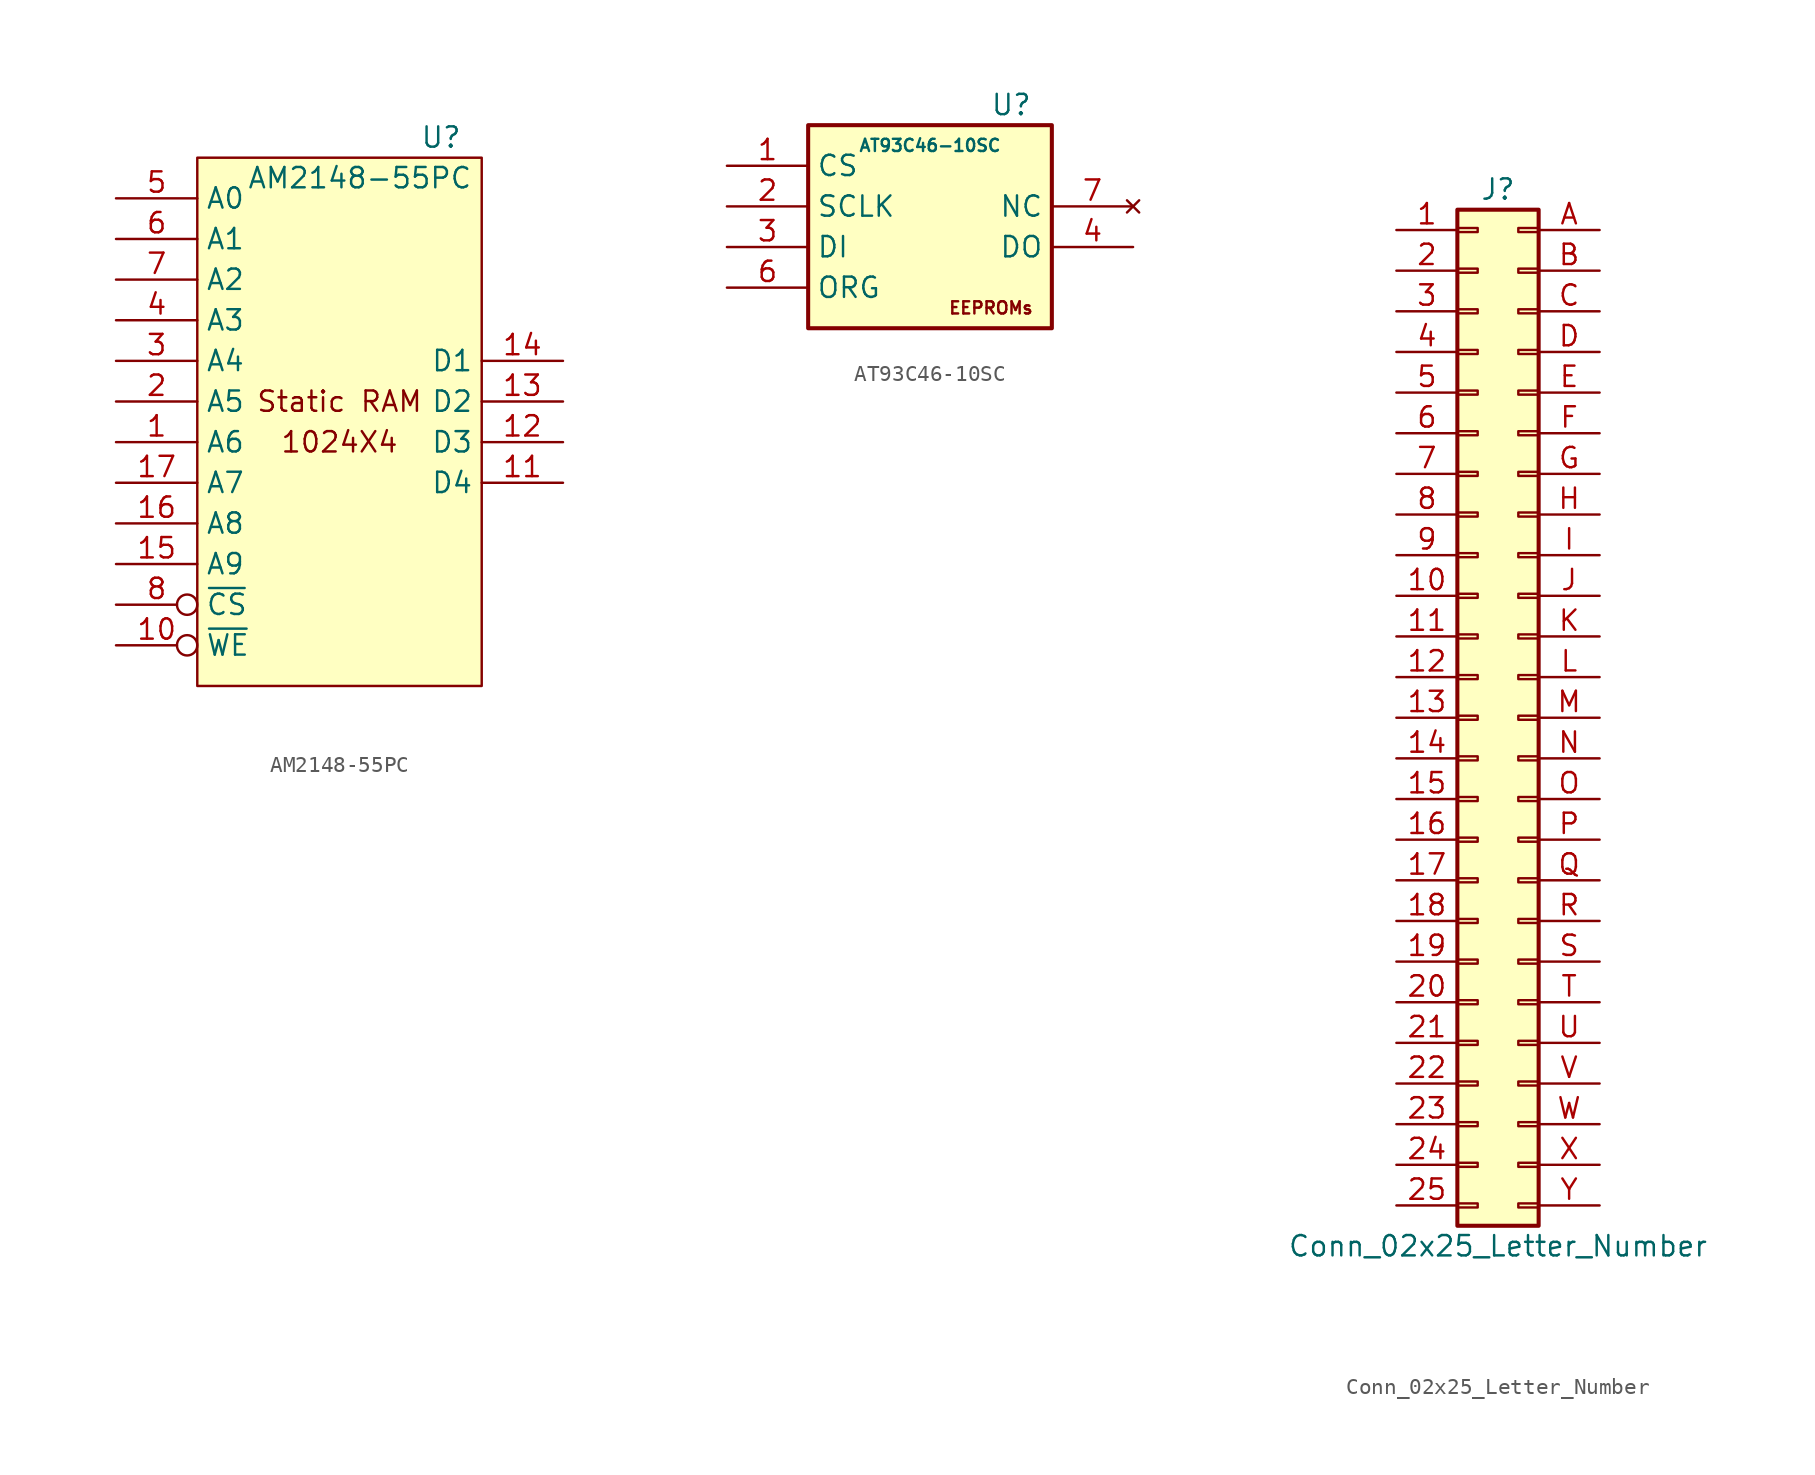
<source format=kicad_sym>
(kicad_symbol_lib
  (version 20231120)
  (generator "kicad_symbol_editor")
  (generator_version "8.0")
  (symbol "AM2148-55PC"
    (property "Reference" "U"
      (at 6.35 17.78 0)
      (effects (font (size 1.27 1.27))))
    (property "Value" "AM2148-55PC"
      (at 1.27 15.24 0)
      (effects (font (size 1.27 1.27))))
    (symbol "AM2148-55PC_0_0"
      (text "1024X4" (at 0 -1.27 0) (effects (font (size 1.27 1.27))))
      (text "Static RAM" (at 0 1.27 0) (effects (font (size 1.27 1.27)))))
    (symbol "AM2148-55PC_0_1"
      (rectangle (start -8.89 16.51) (end 8.89 -16.51) (stroke (width 0.152) (type default)) (fill (type background))))
    (symbol "AM2148-55PC_1_1"
      (pin input line (at -13.97 -1.27 0) (length 5.08) (name "A6" (effects (font (size 1.27 1.27)))) (number "1" (effects (font (size 1.27 1.27)))))
      (pin input inverted (at -13.97 -13.97 0) (length 5.08) (name "~{WE}" (effects (font (size 1.27 1.27)))) (number "10" (effects (font (size 1.27 1.27)))))
      (pin bidirectional line (at 13.97 -3.81 180) (length 5.08) (name "D4" (effects (font (size 1.27 1.27)))) (number "11" (effects (font (size 1.27 1.27)))))
      (pin bidirectional line (at 13.97 -1.27 180) (length 5.08) (name "D3" (effects (font (size 1.27 1.27)))) (number "12" (effects (font (size 1.27 1.27)))))
      (pin bidirectional line (at 13.97 1.27 180) (length 5.08) (name "D2" (effects (font (size 1.27 1.27)))) (number "13" (effects (font (size 1.27 1.27)))))
      (pin bidirectional line (at 13.97 3.81 180) (length 5.08) (name "D1" (effects (font (size 1.27 1.27)))) (number "14" (effects (font (size 1.27 1.27)))))
      (pin input line (at -13.97 -8.89 0) (length 5.08) (name "A9" (effects (font (size 1.27 1.27)))) (number "15" (effects (font (size 1.27 1.27)))))
      (pin input line (at -13.97 -6.35 0) (length 5.08) (name "A8" (effects (font (size 1.27 1.27)))) (number "16" (effects (font (size 1.27 1.27)))))
      (pin input line (at -13.97 -3.81 0) (length 5.08) (name "A7" (effects (font (size 1.27 1.27)))) (number "17" (effects (font (size 1.27 1.27)))))
      (pin power_in line (at 0 16.51 270) (length 5.08) hide (name "VCC" (effects (font (size 1.27 1.27)))) (number "18" (effects (font (size 1.27 1.27)))))
      (pin input line (at -13.97 1.27 0) (length 5.08) (name "A5" (effects (font (size 1.27 1.27)))) (number "2" (effects (font (size 1.27 1.27)))))
      (pin input line (at -13.97 3.81 0) (length 5.08) (name "A4" (effects (font (size 1.27 1.27)))) (number "3" (effects (font (size 1.27 1.27)))))
      (pin input line (at -13.97 6.35 0) (length 5.08) (name "A3" (effects (font (size 1.27 1.27)))) (number "4" (effects (font (size 1.27 1.27)))))
      (pin input line (at -13.97 13.97 0) (length 5.08) (name "A0" (effects (font (size 1.27 1.27)))) (number "5" (effects (font (size 1.27 1.27)))))
      (pin input line (at -13.97 11.43 0) (length 5.08) (name "A1" (effects (font (size 1.27 1.27)))) (number "6" (effects (font (size 1.27 1.27)))))
      (pin input line (at -13.97 8.89 0) (length 5.08) (name "A2" (effects (font (size 1.27 1.27)))) (number "7" (effects (font (size 1.27 1.27)))))
      (pin input inverted (at -13.97 -11.43 0) (length 5.08) (name "~{CS}" (effects (font (size 1.27 1.27)))) (number "8" (effects (font (size 1.27 1.27)))))
      (pin power_in line (at 0 -16.51 90) (length 5.08) hide (name "VSS" (effects (font (size 1.27 1.27)))) (number "9" (effects (font (size 1.27 1.27)))))))
  (symbol "AT93C46-10SC"
    (property "Reference" "U"
      (at 5.08 7.62 0)
      (effects (font (size 1.27 1.27))))
    (property "Value" "AT93C46-10SC"
      (at 0 5.08 0)
      (effects (font (size 0.762 0.762))))
    (symbol "AT93C46-10SC_0_0"
      (text "EEPROMs" (at 3.81 -5.08 0) (effects (font (size 0.762 0.762)))))
    (symbol "AT93C46-10SC_1_1"
      (rectangle (start -7.62 6.35) (end 7.62 -6.35) (stroke (width 0.254) (type default)) (fill (type background)))
      (pin input line (at -12.7 3.81 0) (length 5.08) (name "CS" (effects (font (size 1.27 1.27)))) (number "1" (effects (font (size 1.27 1.27)))))
      (pin input line (at -12.7 1.27 0) (length 5.08) (name "SCLK" (effects (font (size 1.27 1.27)))) (number "2" (effects (font (size 1.27 1.27)))))
      (pin input line (at -12.7 -1.27 0) (length 5.08) (name "DI" (effects (font (size 1.27 1.27)))) (number "3" (effects (font (size 1.27 1.27)))))
      (pin output line (at 12.7 -1.27 180) (length 5.08) (name "DO" (effects (font (size 1.27 1.27)))) (number "4" (effects (font (size 1.27 1.27)))))
      (pin power_in line (at 0 -6.35 90) (length 5.08) hide (name "VSS" (effects (font (size 1.27 1.27)))) (number "5" (effects (font (size 1.27 1.27)))))
      (pin input line (at -12.7 -3.81 0) (length 5.08) (name "ORG" (effects (font (size 1.27 1.27)))) (number "6" (effects (font (size 1.27 1.27)))))
      (pin no_connect line (at 12.7 1.27 180) (length 5.08) (name "NC" (effects (font (size 1.27 1.27)))) (number "7" (effects (font (size 1.27 1.27)))))
      (pin power_in line (at 0 6.35 270) (length 5.08) hide (name "VCC" (effects (font (size 1.27 1.27)))) (number "8" (effects (font (size 1.27 1.27)))))))
  (symbol "Conn_02x25_Letter_Number"
    (pin_names
      (offset 1.016) hide)
    (property "Reference" "J"
      (at 1.27 33.02 0)
      (effects (font (size 1.27 1.27))))
    (property "Value" "Conn_02x25_Letter_Number"
      (at 1.27 -33.02 0)
      (effects (font (size 1.27 1.27))))
    (symbol "Conn_02x25_Letter_Number_1_1"
      (rectangle (start -1.27 -30.353) (end 0 -30.607) (stroke (width 0.152) (type default)) (fill (type none)))
      (rectangle (start -1.27 -27.813) (end 0 -28.067) (stroke (width 0.152) (type default)) (fill (type none)))
      (rectangle (start -1.27 -25.273) (end 0 -25.527) (stroke (width 0.152) (type default)) (fill (type none)))
      (rectangle (start -1.27 -22.733) (end 0 -22.987) (stroke (width 0.152) (type default)) (fill (type none)))
      (rectangle (start -1.27 -20.193) (end 0 -20.447) (stroke (width 0.152) (type default)) (fill (type none)))
      (rectangle (start -1.27 -17.653) (end 0 -17.907) (stroke (width 0.152) (type default)) (fill (type none)))
      (rectangle (start -1.27 -15.113) (end 0 -15.367) (stroke (width 0.152) (type default)) (fill (type none)))
      (rectangle (start -1.27 -12.573) (end 0 -12.827) (stroke (width 0.152) (type default)) (fill (type none)))
      (rectangle (start -1.27 -10.033) (end 0 -10.287) (stroke (width 0.152) (type default)) (fill (type none)))
      (rectangle (start -1.27 -7.493) (end 0 -7.747) (stroke (width 0.152) (type default)) (fill (type none)))
      (rectangle (start -1.27 -4.953) (end 0 -5.207) (stroke (width 0.152) (type default)) (fill (type none)))
      (rectangle (start -1.27 -2.413) (end 0 -2.667) (stroke (width 0.152) (type default)) (fill (type none)))
      (rectangle (start -1.27 0.127) (end 0 -0.127) (stroke (width 0.152) (type default)) (fill (type none)))
      (rectangle (start -1.27 2.667) (end 0 2.413) (stroke (width 0.152) (type default)) (fill (type none)))
      (rectangle (start -1.27 5.207) (end 0 4.953) (stroke (width 0.152) (type default)) (fill (type none)))
      (rectangle (start -1.27 7.747) (end 0 7.493) (stroke (width 0.152) (type default)) (fill (type none)))
      (rectangle (start -1.27 10.287) (end 0 10.033) (stroke (width 0.152) (type default)) (fill (type none)))
      (rectangle (start -1.27 12.827) (end 0 12.573) (stroke (width 0.152) (type default)) (fill (type none)))
      (rectangle (start -1.27 15.367) (end 0 15.113) (stroke (width 0.152) (type default)) (fill (type none)))
      (rectangle (start -1.27 17.907) (end 0 17.653) (stroke (width 0.152) (type default)) (fill (type none)))
      (rectangle (start -1.27 20.447) (end 0 20.193) (stroke (width 0.152) (type default)) (fill (type none)))
      (rectangle (start -1.27 22.987) (end 0 22.733) (stroke (width 0.152) (type default)) (fill (type none)))
      (rectangle (start -1.27 25.527) (end 0 25.273) (stroke (width 0.152) (type default)) (fill (type none)))
      (rectangle (start -1.27 28.067) (end 0 27.813) (stroke (width 0.152) (type default)) (fill (type none)))
      (rectangle (start -1.27 30.607) (end 0 30.353) (stroke (width 0.152) (type default)) (fill (type none)))
      (rectangle (start -1.27 31.75) (end 3.81 -31.75) (stroke (width 0.254) (type default)) (fill (type background)))
      (rectangle (start 3.81 -30.353) (end 2.54 -30.607) (stroke (width 0.152) (type default)) (fill (type none)))
      (rectangle (start 3.81 -27.813) (end 2.54 -28.067) (stroke (width 0.152) (type default)) (fill (type none)))
      (rectangle (start 3.81 -25.273) (end 2.54 -25.527) (stroke (width 0.152) (type default)) (fill (type none)))
      (rectangle (start 3.81 -22.733) (end 2.54 -22.987) (stroke (width 0.152) (type default)) (fill (type none)))
      (rectangle (start 3.81 -20.193) (end 2.54 -20.447) (stroke (width 0.152) (type default)) (fill (type none)))
      (rectangle (start 3.81 -17.653) (end 2.54 -17.907) (stroke (width 0.152) (type default)) (fill (type none)))
      (rectangle (start 3.81 -15.113) (end 2.54 -15.367) (stroke (width 0.152) (type default)) (fill (type none)))
      (rectangle (start 3.81 -12.573) (end 2.54 -12.827) (stroke (width 0.152) (type default)) (fill (type none)))
      (rectangle (start 3.81 -10.033) (end 2.54 -10.287) (stroke (width 0.152) (type default)) (fill (type none)))
      (rectangle (start 3.81 -7.493) (end 2.54 -7.747) (stroke (width 0.152) (type default)) (fill (type none)))
      (rectangle (start 3.81 -4.953) (end 2.54 -5.207) (stroke (width 0.152) (type default)) (fill (type none)))
      (rectangle (start 3.81 -2.413) (end 2.54 -2.667) (stroke (width 0.152) (type default)) (fill (type none)))
      (rectangle (start 3.81 0.127) (end 2.54 -0.127) (stroke (width 0.152) (type default)) (fill (type none)))
      (rectangle (start 3.81 2.667) (end 2.54 2.413) (stroke (width 0.152) (type default)) (fill (type none)))
      (rectangle (start 3.81 5.207) (end 2.54 4.953) (stroke (width 0.152) (type default)) (fill (type none)))
      (rectangle (start 3.81 7.747) (end 2.54 7.493) (stroke (width 0.152) (type default)) (fill (type none)))
      (rectangle (start 3.81 10.287) (end 2.54 10.033) (stroke (width 0.152) (type default)) (fill (type none)))
      (rectangle (start 3.81 12.827) (end 2.54 12.573) (stroke (width 0.152) (type default)) (fill (type none)))
      (rectangle (start 3.81 15.367) (end 2.54 15.113) (stroke (width 0.152) (type default)) (fill (type none)))
      (rectangle (start 3.81 17.907) (end 2.54 17.653) (stroke (width 0.152) (type default)) (fill (type none)))
      (rectangle (start 3.81 20.447) (end 2.54 20.193) (stroke (width 0.152) (type default)) (fill (type none)))
      (rectangle (start 3.81 22.987) (end 2.54 22.733) (stroke (width 0.152) (type default)) (fill (type none)))
      (rectangle (start 3.81 25.527) (end 2.54 25.273) (stroke (width 0.152) (type default)) (fill (type none)))
      (rectangle (start 3.81 28.067) (end 2.54 27.813) (stroke (width 0.152) (type default)) (fill (type none)))
      (rectangle (start 3.81 30.607) (end 2.54 30.353) (stroke (width 0.152) (type default)) (fill (type none)))
      (pin passive line (at -5.08 30.48 0) (length 3.81) (name "Pin_1" (effects (font (size 1.27 1.27)))) (number "1" (effects (font (size 1.27 1.27)))))
      (pin passive line (at -5.08 7.62 0) (length 3.81) (name "Pin_10" (effects (font (size 1.27 1.27)))) (number "10" (effects (font (size 1.27 1.27)))))
      (pin passive line (at -5.08 5.08 0) (length 3.81) (name "Pin_11" (effects (font (size 1.27 1.27)))) (number "11" (effects (font (size 1.27 1.27)))))
      (pin passive line (at -5.08 2.54 0) (length 3.81) (name "Pin_12" (effects (font (size 1.27 1.27)))) (number "12" (effects (font (size 1.27 1.27)))))
      (pin passive line (at -5.08 0 0) (length 3.81) (name "Pin_13" (effects (font (size 1.27 1.27)))) (number "13" (effects (font (size 1.27 1.27)))))
      (pin passive line (at -5.08 -2.54 0) (length 3.81) (name "Pin_14" (effects (font (size 1.27 1.27)))) (number "14" (effects (font (size 1.27 1.27)))))
      (pin passive line (at -5.08 -5.08 0) (length 3.81) (name "Pin_15" (effects (font (size 1.27 1.27)))) (number "15" (effects (font (size 1.27 1.27)))))
      (pin passive line (at -5.08 -7.62 0) (length 3.81) (name "Pin_16" (effects (font (size 1.27 1.27)))) (number "16" (effects (font (size 1.27 1.27)))))
      (pin passive line (at -5.08 -10.16 0) (length 3.81) (name "Pin_17" (effects (font (size 1.27 1.27)))) (number "17" (effects (font (size 1.27 1.27)))))
      (pin passive line (at -5.08 -12.7 0) (length 3.81) (name "Pin_18" (effects (font (size 1.27 1.27)))) (number "18" (effects (font (size 1.27 1.27)))))
      (pin passive line (at -5.08 -15.24 0) (length 3.81) (name "Pin_19" (effects (font (size 1.27 1.27)))) (number "19" (effects (font (size 1.27 1.27)))))
      (pin passive line (at -5.08 27.94 0) (length 3.81) (name "Pin_2" (effects (font (size 1.27 1.27)))) (number "2" (effects (font (size 1.27 1.27)))))
      (pin passive line (at -5.08 -17.78 0) (length 3.81) (name "Pin_20" (effects (font (size 1.27 1.27)))) (number "20" (effects (font (size 1.27 1.27)))))
      (pin passive line (at -5.08 -20.32 0) (length 3.81) (name "Pin_21" (effects (font (size 1.27 1.27)))) (number "21" (effects (font (size 1.27 1.27)))))
      (pin passive line (at -5.08 -22.86 0) (length 3.81) (name "Pin_22" (effects (font (size 1.27 1.27)))) (number "22" (effects (font (size 1.27 1.27)))))
      (pin passive line (at -5.08 -25.4 0) (length 3.81) (name "Pin_23" (effects (font (size 1.27 1.27)))) (number "23" (effects (font (size 1.27 1.27)))))
      (pin passive line (at -5.08 -27.94 0) (length 3.81) (name "Pin_24" (effects (font (size 1.27 1.27)))) (number "24" (effects (font (size 1.27 1.27)))))
      (pin passive line (at -5.08 -30.48 0) (length 3.81) (name "Pin_25" (effects (font (size 1.27 1.27)))) (number "25" (effects (font (size 1.27 1.27)))))
      (pin passive line (at -5.08 25.4 0) (length 3.81) (name "Pin_3" (effects (font (size 1.27 1.27)))) (number "3" (effects (font (size 1.27 1.27)))))
      (pin passive line (at -5.08 22.86 0) (length 3.81) (name "Pin_4" (effects (font (size 1.27 1.27)))) (number "4" (effects (font (size 1.27 1.27)))))
      (pin passive line (at -5.08 20.32 0) (length 3.81) (name "Pin_5" (effects (font (size 1.27 1.27)))) (number "5" (effects (font (size 1.27 1.27)))))
      (pin passive line (at -5.08 17.78 0) (length 3.81) (name "Pin_6" (effects (font (size 1.27 1.27)))) (number "6" (effects (font (size 1.27 1.27)))))
      (pin passive line (at -5.08 15.24 0) (length 3.81) (name "Pin_7" (effects (font (size 1.27 1.27)))) (number "7" (effects (font (size 1.27 1.27)))))
      (pin passive line (at -5.08 12.7 0) (length 3.81) (name "Pin_8" (effects (font (size 1.27 1.27)))) (number "8" (effects (font (size 1.27 1.27)))))
      (pin passive line (at -5.08 10.16 0) (length 3.81) (name "Pin_9" (effects (font (size 1.27 1.27)))) (number "9" (effects (font (size 1.27 1.27)))))
      (pin passive line (at 7.62 30.48 180) (length 3.81) (name "Pin_50" (effects (font (size 1.27 1.27)))) (number "A" (effects (font (size 1.27 1.27)))))
      (pin passive line (at 7.62 27.94 180) (length 3.81) (name "Pin_49" (effects (font (size 1.27 1.27)))) (number "B" (effects (font (size 1.27 1.27)))))
      (pin passive line (at 7.62 25.4 180) (length 3.81) (name "Pin_48" (effects (font (size 1.27 1.27)))) (number "C" (effects (font (size 1.27 1.27)))))
      (pin passive line (at 7.62 22.86 180) (length 3.81) (name "Pin_47" (effects (font (size 1.27 1.27)))) (number "D" (effects (font (size 1.27 1.27)))))
      (pin passive line (at 7.62 20.32 180) (length 3.81) (name "Pin_46" (effects (font (size 1.27 1.27)))) (number "E" (effects (font (size 1.27 1.27)))))
      (pin passive line (at 7.62 17.78 180) (length 3.81) (name "Pin_45" (effects (font (size 1.27 1.27)))) (number "F" (effects (font (size 1.27 1.27)))))
      (pin passive line (at 7.62 15.24 180) (length 3.81) (name "Pin_44" (effects (font (size 1.27 1.27)))) (number "G" (effects (font (size 1.27 1.27)))))
      (pin passive line (at 7.62 12.7 180) (length 3.81) (name "Pin_43" (effects (font (size 1.27 1.27)))) (number "H" (effects (font (size 1.27 1.27)))))
      (pin passive line (at 7.62 10.16 180) (length 3.81) (name "Pin_42" (effects (font (size 1.27 1.27)))) (number "I" (effects (font (size 1.27 1.27)))))
      (pin passive line (at 7.62 7.62 180) (length 3.81) (name "Pin_41" (effects (font (size 1.27 1.27)))) (number "J" (effects (font (size 1.27 1.27)))))
      (pin passive line (at 7.62 5.08 180) (length 3.81) (name "Pin_40" (effects (font (size 1.27 1.27)))) (number "K" (effects (font (size 1.27 1.27)))))
      (pin passive line (at 7.62 2.54 180) (length 3.81) (name "Pin_39" (effects (font (size 1.27 1.27)))) (number "L" (effects (font (size 1.27 1.27)))))
      (pin passive line (at 7.62 0 180) (length 3.81) (name "Pin_M" (effects (font (size 1.27 1.27)))) (number "M" (effects (font (size 1.27 1.27)))))
      (pin passive line (at 7.62 -2.54 180) (length 3.81) (name "Pin_N" (effects (font (size 1.27 1.27)))) (number "N" (effects (font (size 1.27 1.27)))))
      (pin passive line (at 7.62 -5.08 180) (length 3.81) (name "Pin_O" (effects (font (size 1.27 1.27)))) (number "O" (effects (font (size 1.27 1.27)))))
      (pin passive line (at 7.62 -7.62 180) (length 3.81) (name "Pin_P" (effects (font (size 1.27 1.27)))) (number "P" (effects (font (size 1.27 1.27)))))
      (pin passive line (at 7.62 -10.16 180) (length 3.81) (name "Pin_Q" (effects (font (size 1.27 1.27)))) (number "Q" (effects (font (size 1.27 1.27)))))
      (pin passive line (at 7.62 -12.7 180) (length 3.81) (name "Pin_R" (effects (font (size 1.27 1.27)))) (number "R" (effects (font (size 1.27 1.27)))))
      (pin passive line (at 7.62 -15.24 180) (length 3.81) (name "Pin_S" (effects (font (size 1.27 1.27)))) (number "S" (effects (font (size 1.27 1.27)))))
      (pin passive line (at 7.62 -17.78 180) (length 3.81) (name "Pin_T" (effects (font (size 1.27 1.27)))) (number "T" (effects (font (size 1.27 1.27)))))
      (pin passive line (at 7.62 -20.32 180) (length 3.81) (name "Pin_U" (effects (font (size 1.27 1.27)))) (number "U" (effects (font (size 1.27 1.27)))))
      (pin passive line (at 7.62 -22.86 180) (length 3.81) (name "Pin_V" (effects (font (size 1.27 1.27)))) (number "V" (effects (font (size 1.27 1.27)))))
      (pin passive line (at 7.62 -25.4 180) (length 3.81) (name "Pin_W" (effects (font (size 1.27 1.27)))) (number "W" (effects (font (size 1.27 1.27)))))
      (pin passive line (at 7.62 -27.94 180) (length 3.81) (name "Pin_X" (effects (font (size 1.27 1.27)))) (number "X" (effects (font (size 1.27 1.27)))))
      (pin passive line (at 7.62 -30.48 180) (length 3.81) (name "Pin_Y" (effects (font (size 1.27 1.27)))) (number "Y" (effects (font (size 1.27 1.27))))))))
</source>
